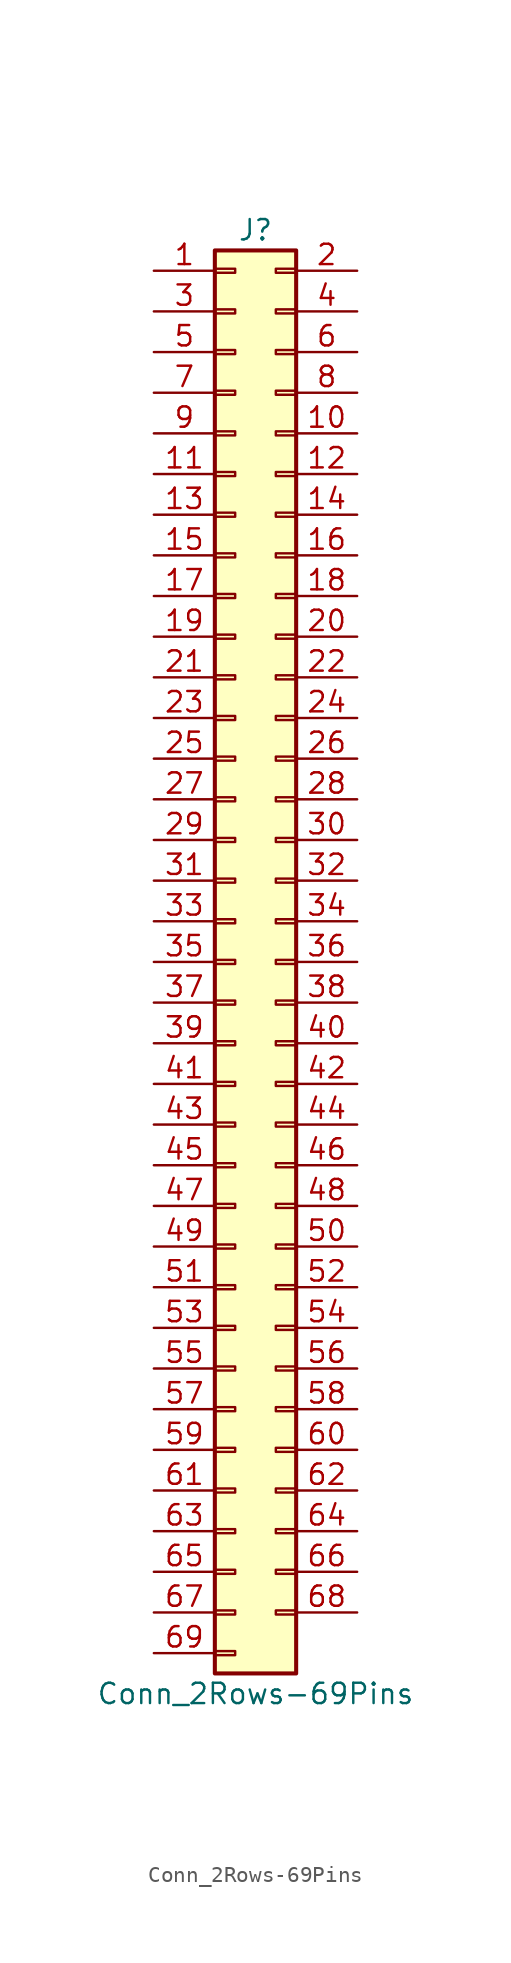
<source format=kicad_sym>
(kicad_symbol_lib
  (version 20201005)
  (generator kicad_symbol_editor)
  (symbol "Connector_Generic:Conn_2Rows-69Pins"
    (pin_names
      (offset 1.016) hide)
    (property "Reference" "J"
      (at 1.27 45.72 0)
      (effects (font (size 1.27 1.27))))
    (property "Value" "Conn_2Rows-69Pins"
      (at 1.27 -45.72 0)
      (effects (font (size 1.27 1.27))))
    (symbol "Conn_2Rows-69Pins_1_1"
      (rectangle (start -1.27 -27.813) (end 0 -28.067) (stroke (width 0.152)) (fill (type none)))
      (rectangle (start -1.27 -30.353) (end 0 -30.607) (stroke (width 0.152)) (fill (type none)))
      (rectangle (start -1.27 -32.893) (end 0 -33.147) (stroke (width 0.152)) (fill (type none)))
      (rectangle (start -1.27 -35.433) (end 0 -35.687) (stroke (width 0.152)) (fill (type none)))
      (rectangle (start -1.27 -37.973) (end 0 -38.227) (stroke (width 0.152)) (fill (type none)))
      (rectangle (start -1.27 -40.513) (end 0 -40.767) (stroke (width 0.152)) (fill (type none)))
      (rectangle (start -1.27 -43.053) (end 0 -43.307) (stroke (width 0.152)) (fill (type none)))
      (rectangle (start -1.27 -4.953) (end 0 -5.207) (stroke (width 0.152)) (fill (type none)))
      (rectangle (start -1.27 -7.493) (end 0 -7.747) (stroke (width 0.152)) (fill (type none)))
      (rectangle (start -1.27 -10.033) (end 0 -10.287) (stroke (width 0.152)) (fill (type none)))
      (rectangle (start -1.27 -12.573) (end 0 -12.827) (stroke (width 0.152)) (fill (type none)))
      (rectangle (start -1.27 -15.113) (end 0 -15.367) (stroke (width 0.152)) (fill (type none)))
      (rectangle (start -1.27 -17.653) (end 0 -17.907) (stroke (width 0.152)) (fill (type none)))
      (rectangle (start -1.27 -20.193) (end 0 -20.447) (stroke (width 0.152)) (fill (type none)))
      (rectangle (start -1.27 -22.733) (end 0 -22.987) (stroke (width 0.152)) (fill (type none)))
      (rectangle (start -1.27 -2.413) (end 0 -2.667) (stroke (width 0.152)) (fill (type none)))
      (rectangle (start -1.27 -25.273) (end 0 -25.527) (stroke (width 0.152)) (fill (type none)))
      (rectangle (start -1.27 25.527) (end 0 25.273) (stroke (width 0.152)) (fill (type none)))
      (rectangle (start -1.27 2.667) (end 0 2.413) (stroke (width 0.152)) (fill (type none)))
      (rectangle (start -1.27 28.067) (end 0 27.813) (stroke (width 0.152)) (fill (type none)))
      (rectangle (start -1.27 30.607) (end 0 30.353) (stroke (width 0.152)) (fill (type none)))
      (rectangle (start -1.27 33.147) (end 0 32.893) (stroke (width 0.152)) (fill (type none)))
      (rectangle (start -1.27 35.687) (end 0 35.433) (stroke (width 0.152)) (fill (type none)))
      (rectangle (start -1.27 38.227) (end 0 37.973) (stroke (width 0.152)) (fill (type none)))
      (rectangle (start -1.27 40.767) (end 0 40.513) (stroke (width 0.152)) (fill (type none)))
      (rectangle (start -1.27 43.307) (end 0 43.053) (stroke (width 0.152)) (fill (type none)))
      (rectangle (start -1.27 44.45) (end 3.81 -44.45) (stroke (width 0.254)) (fill (type background)))
      (rectangle (start -1.27 5.207) (end 0 4.953) (stroke (width 0.152)) (fill (type none)))
      (rectangle (start -1.27 7.747) (end 0 7.493) (stroke (width 0.152)) (fill (type none)))
      (rectangle (start -1.27 10.287) (end 0 10.033) (stroke (width 0.152)) (fill (type none)))
      (rectangle (start -1.27 0.127) (end 0 -0.127) (stroke (width 0.152)) (fill (type none)))
      (rectangle (start -1.27 12.827) (end 0 12.573) (stroke (width 0.152)) (fill (type none)))
      (rectangle (start -1.27 15.367) (end 0 15.113) (stroke (width 0.152)) (fill (type none)))
      (rectangle (start -1.27 17.907) (end 0 17.653) (stroke (width 0.152)) (fill (type none)))
      (rectangle (start -1.27 20.447) (end 0 20.193) (stroke (width 0.152)) (fill (type none)))
      (rectangle (start -1.27 22.987) (end 0 22.733) (stroke (width 0.152)) (fill (type none)))
      (rectangle (start 3.81 -27.813) (end 2.54 -28.067) (stroke (width 0.152)) (fill (type none)))
      (rectangle (start 3.81 -30.353) (end 2.54 -30.607) (stroke (width 0.152)) (fill (type none)))
      (rectangle (start 3.81 -32.893) (end 2.54 -33.147) (stroke (width 0.152)) (fill (type none)))
      (rectangle (start 3.81 -35.433) (end 2.54 -35.687) (stroke (width 0.152)) (fill (type none)))
      (rectangle (start 3.81 -37.973) (end 2.54 -38.227) (stroke (width 0.152)) (fill (type none)))
      (rectangle (start 3.81 -40.513) (end 2.54 -40.767) (stroke (width 0.152)) (fill (type none)))
      (rectangle (start 3.81 -4.953) (end 2.54 -5.207) (stroke (width 0.152)) (fill (type none)))
      (rectangle (start 3.81 -7.493) (end 2.54 -7.747) (stroke (width 0.152)) (fill (type none)))
      (rectangle (start 3.81 -10.033) (end 2.54 -10.287) (stroke (width 0.152)) (fill (type none)))
      (rectangle (start 3.81 -12.573) (end 2.54 -12.827) (stroke (width 0.152)) (fill (type none)))
      (rectangle (start 3.81 -15.113) (end 2.54 -15.367) (stroke (width 0.152)) (fill (type none)))
      (rectangle (start 3.81 -17.653) (end 2.54 -17.907) (stroke (width 0.152)) (fill (type none)))
      (rectangle (start 3.81 -20.193) (end 2.54 -20.447) (stroke (width 0.152)) (fill (type none)))
      (rectangle (start 3.81 -22.733) (end 2.54 -22.987) (stroke (width 0.152)) (fill (type none)))
      (rectangle (start 3.81 -2.413) (end 2.54 -2.667) (stroke (width 0.152)) (fill (type none)))
      (rectangle (start 3.81 -25.273) (end 2.54 -25.527) (stroke (width 0.152)) (fill (type none)))
      (rectangle (start 3.81 25.527) (end 2.54 25.273) (stroke (width 0.152)) (fill (type none)))
      (rectangle (start 3.81 2.667) (end 2.54 2.413) (stroke (width 0.152)) (fill (type none)))
      (rectangle (start 3.81 28.067) (end 2.54 27.813) (stroke (width 0.152)) (fill (type none)))
      (rectangle (start 3.81 30.607) (end 2.54 30.353) (stroke (width 0.152)) (fill (type none)))
      (rectangle (start 3.81 33.147) (end 2.54 32.893) (stroke (width 0.152)) (fill (type none)))
      (rectangle (start 3.81 35.687) (end 2.54 35.433) (stroke (width 0.152)) (fill (type none)))
      (rectangle (start 3.81 38.227) (end 2.54 37.973) (stroke (width 0.152)) (fill (type none)))
      (rectangle (start 3.81 40.767) (end 2.54 40.513) (stroke (width 0.152)) (fill (type none)))
      (rectangle (start 3.81 43.307) (end 2.54 43.053) (stroke (width 0.152)) (fill (type none)))
      (rectangle (start 3.81 5.207) (end 2.54 4.953) (stroke (width 0.152)) (fill (type none)))
      (rectangle (start 3.81 7.747) (end 2.54 7.493) (stroke (width 0.152)) (fill (type none)))
      (rectangle (start 3.81 10.287) (end 2.54 10.033) (stroke (width 0.152)) (fill (type none)))
      (rectangle (start 3.81 0.127) (end 2.54 -0.127) (stroke (width 0.152)) (fill (type none)))
      (rectangle (start 3.81 12.827) (end 2.54 12.573) (stroke (width 0.152)) (fill (type none)))
      (rectangle (start 3.81 15.367) (end 2.54 15.113) (stroke (width 0.152)) (fill (type none)))
      (rectangle (start 3.81 17.907) (end 2.54 17.653) (stroke (width 0.152)) (fill (type none)))
      (rectangle (start 3.81 20.447) (end 2.54 20.193) (stroke (width 0.152)) (fill (type none)))
      (rectangle (start 3.81 22.987) (end 2.54 22.733) (stroke (width 0.152)) (fill (type none)))
      (pin passive line (at -5.08 43.18 0) (length 3.81) (name "Pin_1" (effects (font (size 1.27 1.27)))) (number "1" (effects (font (size 1.27 1.27)))))
      (pin passive line (at 7.62 33.02 180) (length 3.81) (name "Pin_10" (effects (font (size 1.27 1.27)))) (number "10" (effects (font (size 1.27 1.27)))))
      (pin passive line (at -5.08 30.48 0) (length 3.81) (name "Pin_11" (effects (font (size 1.27 1.27)))) (number "11" (effects (font (size 1.27 1.27)))))
      (pin passive line (at 7.62 30.48 180) (length 3.81) (name "Pin_12" (effects (font (size 1.27 1.27)))) (number "12" (effects (font (size 1.27 1.27)))))
      (pin passive line (at -5.08 27.94 0) (length 3.81) (name "Pin_13" (effects (font (size 1.27 1.27)))) (number "13" (effects (font (size 1.27 1.27)))))
      (pin passive line (at 7.62 27.94 180) (length 3.81) (name "Pin_14" (effects (font (size 1.27 1.27)))) (number "14" (effects (font (size 1.27 1.27)))))
      (pin passive line (at -5.08 25.4 0) (length 3.81) (name "Pin_15" (effects (font (size 1.27 1.27)))) (number "15" (effects (font (size 1.27 1.27)))))
      (pin passive line (at 7.62 25.4 180) (length 3.81) (name "Pin_16" (effects (font (size 1.27 1.27)))) (number "16" (effects (font (size 1.27 1.27)))))
      (pin passive line (at -5.08 22.86 0) (length 3.81) (name "Pin_17" (effects (font (size 1.27 1.27)))) (number "17" (effects (font (size 1.27 1.27)))))
      (pin passive line (at 7.62 22.86 180) (length 3.81) (name "Pin_18" (effects (font (size 1.27 1.27)))) (number "18" (effects (font (size 1.27 1.27)))))
      (pin passive line (at -5.08 20.32 0) (length 3.81) (name "Pin_19" (effects (font (size 1.27 1.27)))) (number "19" (effects (font (size 1.27 1.27)))))
      (pin passive line (at 7.62 43.18 180) (length 3.81) (name "Pin_2" (effects (font (size 1.27 1.27)))) (number "2" (effects (font (size 1.27 1.27)))))
      (pin passive line (at 7.62 20.32 180) (length 3.81) (name "Pin_20" (effects (font (size 1.27 1.27)))) (number "20" (effects (font (size 1.27 1.27)))))
      (pin passive line (at -5.08 17.78 0) (length 3.81) (name "Pin_21" (effects (font (size 1.27 1.27)))) (number "21" (effects (font (size 1.27 1.27)))))
      (pin passive line (at 7.62 17.78 180) (length 3.81) (name "Pin_22" (effects (font (size 1.27 1.27)))) (number "22" (effects (font (size 1.27 1.27)))))
      (pin passive line (at -5.08 15.24 0) (length 3.81) (name "Pin_23" (effects (font (size 1.27 1.27)))) (number "23" (effects (font (size 1.27 1.27)))))
      (pin passive line (at 7.62 15.24 180) (length 3.81) (name "Pin_24" (effects (font (size 1.27 1.27)))) (number "24" (effects (font (size 1.27 1.27)))))
      (pin passive line (at -5.08 12.7 0) (length 3.81) (name "Pin_25" (effects (font (size 1.27 1.27)))) (number "25" (effects (font (size 1.27 1.27)))))
      (pin passive line (at 7.62 12.7 180) (length 3.81) (name "Pin_26" (effects (font (size 1.27 1.27)))) (number "26" (effects (font (size 1.27 1.27)))))
      (pin passive line (at -5.08 10.16 0) (length 3.81) (name "Pin_27" (effects (font (size 1.27 1.27)))) (number "27" (effects (font (size 1.27 1.27)))))
      (pin passive line (at 7.62 10.16 180) (length 3.81) (name "Pin_28" (effects (font (size 1.27 1.27)))) (number "28" (effects (font (size 1.27 1.27)))))
      (pin passive line (at -5.08 7.62 0) (length 3.81) (name "Pin_29" (effects (font (size 1.27 1.27)))) (number "29" (effects (font (size 1.27 1.27)))))
      (pin passive line (at -5.08 40.64 0) (length 3.81) (name "Pin_3" (effects (font (size 1.27 1.27)))) (number "3" (effects (font (size 1.27 1.27)))))
      (pin passive line (at 7.62 7.62 180) (length 3.81) (name "Pin_30" (effects (font (size 1.27 1.27)))) (number "30" (effects (font (size 1.27 1.27)))))
      (pin passive line (at -5.08 5.08 0) (length 3.81) (name "Pin_31" (effects (font (size 1.27 1.27)))) (number "31" (effects (font (size 1.27 1.27)))))
      (pin passive line (at 7.62 5.08 180) (length 3.81) (name "Pin_32" (effects (font (size 1.27 1.27)))) (number "32" (effects (font (size 1.27 1.27)))))
      (pin passive line (at -5.08 2.54 0) (length 3.81) (name "Pin_33" (effects (font (size 1.27 1.27)))) (number "33" (effects (font (size 1.27 1.27)))))
      (pin passive line (at 7.62 2.54 180) (length 3.81) (name "Pin_34" (effects (font (size 1.27 1.27)))) (number "34" (effects (font (size 1.27 1.27)))))
      (pin passive line (at -5.08 0 0) (length 3.81) (name "Pin_35" (effects (font (size 1.27 1.27)))) (number "35" (effects (font (size 1.27 1.27)))))
      (pin passive line (at 7.62 0 180) (length 3.81) (name "Pin_36" (effects (font (size 1.27 1.27)))) (number "36" (effects (font (size 1.27 1.27)))))
      (pin passive line (at -5.08 -2.54 0) (length 3.81) (name "Pin_37" (effects (font (size 1.27 1.27)))) (number "37" (effects (font (size 1.27 1.27)))))
      (pin passive line (at 7.62 -2.54 180) (length 3.81) (name "Pin_38" (effects (font (size 1.27 1.27)))) (number "38" (effects (font (size 1.27 1.27)))))
      (pin passive line (at -5.08 -5.08 0) (length 3.81) (name "Pin_39" (effects (font (size 1.27 1.27)))) (number "39" (effects (font (size 1.27 1.27)))))
      (pin passive line (at 7.62 40.64 180) (length 3.81) (name "Pin_4" (effects (font (size 1.27 1.27)))) (number "4" (effects (font (size 1.27 1.27)))))
      (pin passive line (at 7.62 -5.08 180) (length 3.81) (name "Pin_40" (effects (font (size 1.27 1.27)))) (number "40" (effects (font (size 1.27 1.27)))))
      (pin passive line (at -5.08 -7.62 0) (length 3.81) (name "Pin_41" (effects (font (size 1.27 1.27)))) (number "41" (effects (font (size 1.27 1.27)))))
      (pin passive line (at 7.62 -7.62 180) (length 3.81) (name "Pin_42" (effects (font (size 1.27 1.27)))) (number "42" (effects (font (size 1.27 1.27)))))
      (pin passive line (at -5.08 -10.16 0) (length 3.81) (name "Pin_43" (effects (font (size 1.27 1.27)))) (number "43" (effects (font (size 1.27 1.27)))))
      (pin passive line (at 7.62 -10.16 180) (length 3.81) (name "Pin_44" (effects (font (size 1.27 1.27)))) (number "44" (effects (font (size 1.27 1.27)))))
      (pin passive line (at -5.08 -12.7 0) (length 3.81) (name "Pin_45" (effects (font (size 1.27 1.27)))) (number "45" (effects (font (size 1.27 1.27)))))
      (pin passive line (at 7.62 -12.7 180) (length 3.81) (name "Pin_46" (effects (font (size 1.27 1.27)))) (number "46" (effects (font (size 1.27 1.27)))))
      (pin passive line (at -5.08 -15.24 0) (length 3.81) (name "Pin_47" (effects (font (size 1.27 1.27)))) (number "47" (effects (font (size 1.27 1.27)))))
      (pin passive line (at 7.62 -15.24 180) (length 3.81) (name "Pin_48" (effects (font (size 1.27 1.27)))) (number "48" (effects (font (size 1.27 1.27)))))
      (pin passive line (at -5.08 -17.78 0) (length 3.81) (name "Pin_49" (effects (font (size 1.27 1.27)))) (number "49" (effects (font (size 1.27 1.27)))))
      (pin passive line (at -5.08 38.1 0) (length 3.81) (name "Pin_5" (effects (font (size 1.27 1.27)))) (number "5" (effects (font (size 1.27 1.27)))))
      (pin passive line (at 7.62 -17.78 180) (length 3.81) (name "Pin_50" (effects (font (size 1.27 1.27)))) (number "50" (effects (font (size 1.27 1.27)))))
      (pin passive line (at -5.08 -20.32 0) (length 3.81) (name "Pin_51" (effects (font (size 1.27 1.27)))) (number "51" (effects (font (size 1.27 1.27)))))
      (pin passive line (at 7.62 -20.32 180) (length 3.81) (name "Pin_52" (effects (font (size 1.27 1.27)))) (number "52" (effects (font (size 1.27 1.27)))))
      (pin passive line (at -5.08 -22.86 0) (length 3.81) (name "Pin_53" (effects (font (size 1.27 1.27)))) (number "53" (effects (font (size 1.27 1.27)))))
      (pin passive line (at 7.62 -22.86 180) (length 3.81) (name "Pin_54" (effects (font (size 1.27 1.27)))) (number "54" (effects (font (size 1.27 1.27)))))
      (pin passive line (at -5.08 -25.4 0) (length 3.81) (name "Pin_55" (effects (font (size 1.27 1.27)))) (number "55" (effects (font (size 1.27 1.27)))))
      (pin passive line (at 7.62 -25.4 180) (length 3.81) (name "Pin_56" (effects (font (size 1.27 1.27)))) (number "56" (effects (font (size 1.27 1.27)))))
      (pin passive line (at -5.08 -27.94 0) (length 3.81) (name "Pin_57" (effects (font (size 1.27 1.27)))) (number "57" (effects (font (size 1.27 1.27)))))
      (pin passive line (at 7.62 -27.94 180) (length 3.81) (name "Pin_58" (effects (font (size 1.27 1.27)))) (number "58" (effects (font (size 1.27 1.27)))))
      (pin passive line (at -5.08 -30.48 0) (length 3.81) (name "Pin_59" (effects (font (size 1.27 1.27)))) (number "59" (effects (font (size 1.27 1.27)))))
      (pin passive line (at 7.62 38.1 180) (length 3.81) (name "Pin_6" (effects (font (size 1.27 1.27)))) (number "6" (effects (font (size 1.27 1.27)))))
      (pin passive line (at 7.62 -30.48 180) (length 3.81) (name "Pin_60" (effects (font (size 1.27 1.27)))) (number "60" (effects (font (size 1.27 1.27)))))
      (pin passive line (at -5.08 -33.02 0) (length 3.81) (name "Pin_61" (effects (font (size 1.27 1.27)))) (number "61" (effects (font (size 1.27 1.27)))))
      (pin passive line (at 7.62 -33.02 180) (length 3.81) (name "Pin_62" (effects (font (size 1.27 1.27)))) (number "62" (effects (font (size 1.27 1.27)))))
      (pin passive line (at -5.08 -35.56 0) (length 3.81) (name "Pin_63" (effects (font (size 1.27 1.27)))) (number "63" (effects (font (size 1.27 1.27)))))
      (pin passive line (at 7.62 -35.56 180) (length 3.81) (name "Pin_64" (effects (font (size 1.27 1.27)))) (number "64" (effects (font (size 1.27 1.27)))))
      (pin passive line (at -5.08 -38.1 0) (length 3.81) (name "Pin_65" (effects (font (size 1.27 1.27)))) (number "65" (effects (font (size 1.27 1.27)))))
      (pin passive line (at 7.62 -38.1 180) (length 3.81) (name "Pin_66" (effects (font (size 1.27 1.27)))) (number "66" (effects (font (size 1.27 1.27)))))
      (pin passive line (at -5.08 -40.64 0) (length 3.81) (name "Pin_67" (effects (font (size 1.27 1.27)))) (number "67" (effects (font (size 1.27 1.27)))))
      (pin passive line (at 7.62 -40.64 180) (length 3.81) (name "Pin_68" (effects (font (size 1.27 1.27)))) (number "68" (effects (font (size 1.27 1.27)))))
      (pin passive line (at -5.08 -43.18 0) (length 3.81) (name "Pin_69" (effects (font (size 1.27 1.27)))) (number "69" (effects (font (size 1.27 1.27)))))
      (pin passive line (at -5.08 35.56 0) (length 3.81) (name "Pin_7" (effects (font (size 1.27 1.27)))) (number "7" (effects (font (size 1.27 1.27)))))
      (pin passive line (at 7.62 35.56 180) (length 3.81) (name "Pin_8" (effects (font (size 1.27 1.27)))) (number "8" (effects (font (size 1.27 1.27)))))
      (pin passive line (at -5.08 33.02 0) (length 3.81) (name "Pin_9" (effects (font (size 1.27 1.27)))) (number "9" (effects (font (size 1.27 1.27))))))))
</source>
